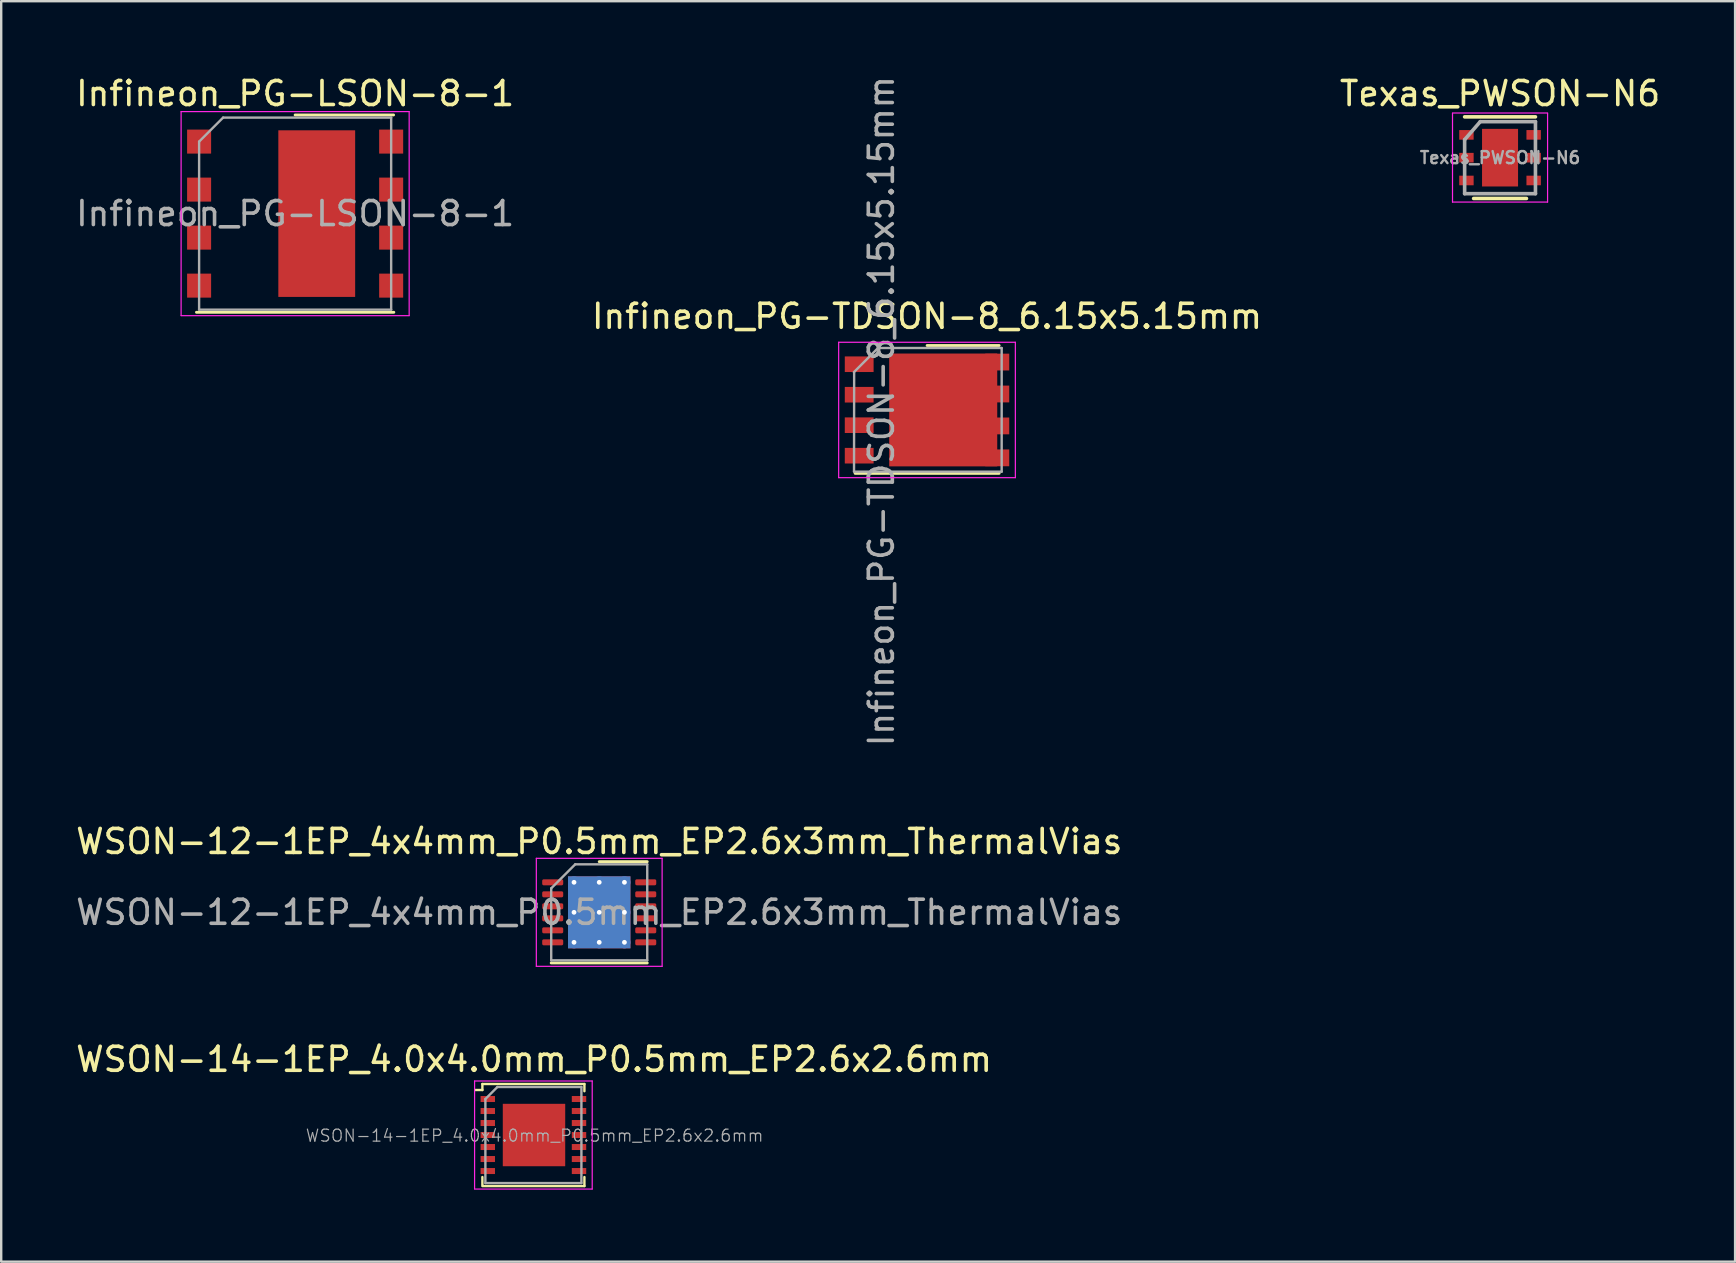
<source format=kicad_pcb>
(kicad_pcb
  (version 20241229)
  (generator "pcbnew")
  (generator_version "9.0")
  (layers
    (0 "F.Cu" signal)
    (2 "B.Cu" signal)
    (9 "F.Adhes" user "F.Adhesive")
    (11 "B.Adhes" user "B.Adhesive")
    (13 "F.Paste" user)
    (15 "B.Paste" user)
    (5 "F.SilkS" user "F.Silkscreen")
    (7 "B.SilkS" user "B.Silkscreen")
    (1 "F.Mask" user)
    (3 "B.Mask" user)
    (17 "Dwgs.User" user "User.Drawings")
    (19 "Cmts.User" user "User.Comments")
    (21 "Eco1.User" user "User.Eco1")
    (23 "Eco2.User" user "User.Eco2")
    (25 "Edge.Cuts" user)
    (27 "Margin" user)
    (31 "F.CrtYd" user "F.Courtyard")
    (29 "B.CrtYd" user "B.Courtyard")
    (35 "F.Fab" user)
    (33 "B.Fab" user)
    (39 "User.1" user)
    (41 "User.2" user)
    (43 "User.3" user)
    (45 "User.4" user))
  (footprint "WSON-12-1EP_4x4mm_P0.5mm_EP2.6x3mm_ThermalVias"
    (layer "F.Cu")
    (at 21.911 34.953)
    (property "Reference" "WSON-12-1EP_4x4mm_P0.5mm_EP2.6x3mm_ThermalVias" (at 0 -2.95 0) (layer "F.SilkS") (effects (font (size 1 1) (thickness 0.15))))
    (attr smd)
    (fp_line (start -2 2.11) (end 2 2.11) (stroke (width 0.12) (type solid)) (layer "F.SilkS"))
    (fp_line (start 0 -2.11) (end 2 -2.11) (stroke (width 0.12) (type solid)) (layer "F.SilkS"))
    (fp_line (start -2.62 -2.25) (end -2.62 2.25) (stroke (width 0.05) (type solid)) (layer "F.CrtYd"))
    (fp_line (start -2.62 2.25) (end 2.62 2.25) (stroke (width 0.05) (type solid)) (layer "F.CrtYd"))
    (fp_line (start 2.62 -2.25) (end -2.62 -2.25) (stroke (width 0.05) (type solid)) (layer "F.CrtYd"))
    (fp_line (start 2.62 2.25) (end 2.62 -2.25) (stroke (width 0.05) (type solid)) (layer "F.CrtYd"))
    (fp_line (start -2 -1) (end -1 -2) (stroke (width 0.1) (type solid)) (layer "F.Fab"))
    (fp_line (start -2 2) (end -2 -1) (stroke (width 0.1) (type solid)) (layer "F.Fab"))
    (fp_line (start -1 -2) (end 2 -2) (stroke (width 0.1) (type solid)) (layer "F.Fab"))
    (fp_line (start 2 -2) (end 2 2) (stroke (width 0.1) (type solid)) (layer "F.Fab"))
    (fp_line (start 2 2) (end -2 2) (stroke (width 0.1) (type solid)) (layer "F.Fab"))
    (fp_text user "${REFERENCE}" (at 0 0 0) (layer "F.Fab") (effects (font (size 1 1) (thickness 0.15))))
    (pad "" smd roundrect (at -0.65 -0.75) (size 1.13 1.3) (layers "F.Paste") (roundrect_rratio 0.221))
    (pad "" smd roundrect (at -0.65 0.75) (size 1.13 1.3) (layers "F.Paste") (roundrect_rratio 0.221))
    (pad "" smd roundrect (at 0.65 -0.75) (size 1.13 1.3) (layers "F.Paste") (roundrect_rratio 0.221))
    (pad "" smd roundrect (at 0.65 0.75) (size 1.13 1.3) (layers "F.Paste") (roundrect_rratio 0.221))
    (pad "1" smd roundrect (at -1.938 -1.25) (size 0.875 0.25) (layers "F.Cu" "F.Mask" "F.Paste") (roundrect_rratio 0.25))
    (pad "2" smd roundrect (at -1.938 -0.75) (size 0.875 0.25) (layers "F.Cu" "F.Mask" "F.Paste") (roundrect_rratio 0.25))
    (pad "3" smd roundrect (at -1.938 -0.25) (size 0.875 0.25) (layers "F.Cu" "F.Mask" "F.Paste") (roundrect_rratio 0.25))
    (pad "4" smd roundrect (at -1.938 0.25) (size 0.875 0.25) (layers "F.Cu" "F.Mask" "F.Paste") (roundrect_rratio 0.25))
    (pad "5" smd roundrect (at -1.938 0.75) (size 0.875 0.25) (layers "F.Cu" "F.Mask" "F.Paste") (roundrect_rratio 0.25))
    (pad "6" smd roundrect (at -1.938 1.25) (size 0.875 0.25) (layers "F.Cu" "F.Mask" "F.Paste") (roundrect_rratio 0.25))
    (pad "7" smd roundrect (at 1.938 1.25) (size 0.875 0.25) (layers "F.Cu" "F.Mask" "F.Paste") (roundrect_rratio 0.25))
    (pad "8" smd roundrect (at 1.938 0.75) (size 0.875 0.25) (layers "F.Cu" "F.Mask" "F.Paste") (roundrect_rratio 0.25))
    (pad "9" smd roundrect (at 1.938 0.25) (size 0.875 0.25) (layers "F.Cu" "F.Mask" "F.Paste") (roundrect_rratio 0.25))
    (pad "10" smd roundrect (at 1.938 -0.25) (size 0.875 0.25) (layers "F.Cu" "F.Mask" "F.Paste") (roundrect_rratio 0.25))
    (pad "11" smd roundrect (at 1.938 -0.75) (size 0.875 0.25) (layers "F.Cu" "F.Mask" "F.Paste") (roundrect_rratio 0.25))
    (pad "12" smd roundrect (at 1.938 -1.25) (size 0.875 0.25) (layers "F.Cu" "F.Mask" "F.Paste") (roundrect_rratio 0.25))
    (pad "13" thru_hole circle (at -1.05 -1.25) (size 0.5 0.5) (drill 0.2) (layers "*.Cu"))
    (pad "13" thru_hole circle (at -1.05 0) (size 0.5 0.5) (drill 0.2) (layers "*.Cu"))
    (pad "13" thru_hole circle (at -1.05 1.25) (size 0.5 0.5) (drill 0.2) (layers "*.Cu"))
    (pad "13" thru_hole circle (at 0 -1.25) (size 0.5 0.5) (drill 0.2) (layers "*.Cu"))
    (pad "13" thru_hole circle (at 0 0) (size 0.5 0.5) (drill 0.2) (layers "*.Cu"))
    (pad "13" smd rect (at 0 0) (size 2.6 3) (layers "F.Cu" "F.Mask"))
    (pad "13" smd rect (at 0 0) (size 2.6 3) (layers "B.Cu"))
    (pad "13" thru_hole circle (at 0 1.25) (size 0.5 0.5) (drill 0.2) (layers "*.Cu"))
    (pad "13" thru_hole circle (at 1.05 -1.25) (size 0.5 0.5) (drill 0.2) (layers "*.Cu"))
    (pad "13" thru_hole circle (at 1.05 0) (size 0.5 0.5) (drill 0.2) (layers "*.Cu"))
    (pad "13" thru_hole circle (at 1.05 1.25) (size 0.5 0.5) (drill 0.2) (layers "*.Cu")))
  (footprint "Infineon_PG-LSON-8-1"
    (layer "F.Cu")
    (at 9.244 5.848)
    (property "Reference" "Infineon_PG-LSON-8-1" (at 0 -5 0) (layer "F.SilkS") (effects (font (size 1 1) (thickness 0.15))))
    (attr smd)
    (fp_line (start -4.11 4.11) (end 4.11 4.11) (stroke (width 0.12) (type solid)) (layer "F.SilkS"))
    (fp_line (start 0 -4.11) (end 4.1 -4.11) (stroke (width 0.12) (type solid)) (layer "F.SilkS"))
    (fp_line (start -4.75 -4.25) (end -4.75 4.25) (stroke (width 0.05) (type solid)) (layer "F.CrtYd"))
    (fp_line (start -4.75 -4.25) (end 4.75 -4.25) (stroke (width 0.05) (type solid)) (layer "F.CrtYd"))
    (fp_line (start -4.75 4.25) (end 4.75 4.25) (stroke (width 0.05) (type solid)) (layer "F.CrtYd"))
    (fp_line (start 4.75 -4.25) (end 4.75 4.25) (stroke (width 0.05) (type solid)) (layer "F.CrtYd"))
    (fp_line (start -4 -3) (end -4 4) (stroke (width 0.1) (type solid)) (layer "F.Fab"))
    (fp_line (start -4 4) (end 4 4) (stroke (width 0.1) (type solid)) (layer "F.Fab"))
    (fp_line (start -3 -4) (end -4 -3) (stroke (width 0.1) (type solid)) (layer "F.Fab"))
    (fp_line (start -3 -4) (end 4 -4) (stroke (width 0.1) (type solid)) (layer "F.Fab"))
    (fp_line (start 4 -4) (end 4 4) (stroke (width 0.1) (type solid)) (layer "F.Fab"))
    (fp_text user "${REFERENCE}" (at 0 0 0) (layer "F.Fab") (effects (font (size 1 1) (thickness 0.15))))
    (pad "" smd rect (at 0.15 -2.55) (size 1.2 1.4) (layers "F.Paste"))
    (pad "" smd rect (at 0.15 -0.85) (size 1.2 1.4) (layers "F.Paste"))
    (pad "" smd rect (at 0.15 0.85) (size 1.2 1.4) (layers "F.Paste"))
    (pad "" smd rect (at 0.15 2.55) (size 1.2 1.4) (layers "F.Paste"))
    (pad "" smd rect (at 1.65 -2.55) (size 1.2 1.4) (layers "F.Paste"))
    (pad "" smd rect (at 1.65 -0.85) (size 1.2 1.4) (layers "F.Paste"))
    (pad "" smd rect (at 1.65 0.85) (size 1.2 1.4) (layers "F.Paste"))
    (pad "" smd rect (at 1.65 2.55) (size 1.2 1.4) (layers "F.Paste"))
    (pad "1" smd rect (at -4 -3) (size 1 1) (layers "F.Cu" "F.Mask" "F.Paste"))
    (pad "2" smd rect (at -4 -1) (size 1 1) (layers "F.Cu" "F.Mask" "F.Paste"))
    (pad "3" smd rect (at -4 1) (size 1 1) (layers "F.Cu" "F.Mask" "F.Paste"))
    (pad "4" smd rect (at -4 3) (size 1 1) (layers "F.Cu" "F.Mask" "F.Paste"))
    (pad "5" smd rect (at 4 3) (size 1 1) (layers "F.Cu" "F.Mask" "F.Paste"))
    (pad "6" smd rect (at 4 1) (size 1 1) (layers "F.Cu" "F.Mask" "F.Paste"))
    (pad "7" smd rect (at 4 -1) (size 1 1) (layers "F.Cu" "F.Mask" "F.Paste"))
    (pad "8" smd rect (at 4 -3) (size 1 1) (layers "F.Cu" "F.Mask" "F.Paste"))
    (pad "9" smd rect (at 0.9 0) (size 3.2 6.94) (layers "F.Cu" "F.Mask")))
  (footprint "Texas_PWSON-N6"
    (layer "F.Cu")
    (at 59.435 3.518)
    (property "Reference" "Texas_PWSON-N6" (at 0 -2.67 0) (layer "F.SilkS") (effects (font (size 1 1) (thickness 0.15))))
    (attr smd)
    (fp_line (start 1.1 1.7) (end -1.1 1.7) (stroke (width 0.15) (type solid)) (layer "F.SilkS"))
    (fp_line (start 1.475 -1.7) (end -1.475 -1.7) (stroke (width 0.15) (type solid)) (layer "F.SilkS"))
    (fp_line (start -1.98 -1.86) (end 1.98 -1.86) (stroke (width 0.05) (type solid)) (layer "F.CrtYd"))
    (fp_line (start -1.98 1.85) (end -1.98 -1.85) (stroke (width 0.05) (type solid)) (layer "F.CrtYd"))
    (fp_line (start -1.98 1.85) (end 1.98 1.85) (stroke (width 0.05) (type solid)) (layer "F.CrtYd"))
    (fp_line (start 1.98 1.85) (end 1.98 -1.85) (stroke (width 0.05) (type solid)) (layer "F.CrtYd"))
    (fp_line (start -1.475 -0.75) (end -0.825 -1.5) (stroke (width 0.15) (type solid)) (layer "F.Fab"))
    (fp_line (start -1.475 1.5) (end -1.475 -0.75) (stroke (width 0.15) (type solid)) (layer "F.Fab"))
    (fp_line (start 1.475 -1.5) (end -0.825 -1.5) (stroke (width 0.15) (type solid)) (layer "F.Fab"))
    (fp_line (start 1.475 -1.5) (end 1.475 1.5) (stroke (width 0.15) (type solid)) (layer "F.Fab"))
    (fp_line (start 1.475 1.5) (end -1.475 1.5) (stroke (width 0.15) (type solid)) (layer "F.Fab"))
    (fp_text user "${REFERENCE}" (at 0 0 0) (layer "F.Fab") (effects (font (size 0.5 0.5) (thickness 0.1))))
    (pad "1" smd rect (at -1.4 -0.95) (size 0.6 0.4) (layers "F.Cu" "F.Mask" "F.Paste"))
    (pad "2" smd rect (at -1.4 0) (size 0.6 0.4) (layers "F.Cu" "F.Mask" "F.Paste"))
    (pad "3" smd rect (at -1.4 0.95) (size 0.6 0.4) (layers "F.Cu" "F.Mask" "F.Paste"))
    (pad "4" smd rect (at 1.4 0.95) (size 0.6 0.4) (layers "F.Cu" "F.Mask" "F.Paste"))
    (pad "5" smd rect (at 1.4 0) (size 0.6 0.4) (layers "F.Cu" "F.Mask" "F.Paste"))
    (pad "6" smd rect (at 1.4 -0.95) (size 0.6 0.4) (layers "F.Cu" "F.Mask" "F.Paste"))
    (pad "7" smd rect (at 0 0) (size 1.5 2.4) (layers "F.Cu" "F.Mask" "F.Paste")))
  (footprint "WSON-14-1EP_4.0x4.0mm_P0.5mm_EP2.6x2.6mm"
    (layer "F.Cu")
    (at 19.169 44.23)
    (property "Reference" "WSON-14-1EP_4.0x4.0mm_P0.5mm_EP2.6x2.6mm" (at 0.027 -3.153 0) (layer "F.SilkS") (effects (font (size 1 1) (thickness 0.15))))
    (attr smd)
    (fp_line (start -2.425 -1.875) (end -2.125 -1.875) (stroke (width 0.1) (type solid)) (layer "F.SilkS"))
    (fp_line (start -2.125 -2.125) (end -2.125 -1.875) (stroke (width 0.1) (type solid)) (layer "F.SilkS"))
    (fp_line (start -2.125 2.125) (end -2.125 1.75) (stroke (width 0.1) (type solid)) (layer "F.SilkS"))
    (fp_line (start 2.125 -2.125) (end -2.125 -2.125) (stroke (width 0.1) (type solid)) (layer "F.SilkS"))
    (fp_line (start 2.125 -2.125) (end 2.125 -1.825) (stroke (width 0.1) (type solid)) (layer "F.SilkS"))
    (fp_line (start 2.125 1.75) (end 2.125 2.125) (stroke (width 0.1) (type solid)) (layer "F.SilkS"))
    (fp_line (start 2.125 2.125) (end -2.1 2.125) (stroke (width 0.1) (type solid)) (layer "F.SilkS"))
    (fp_line (start -2.45 -2.25) (end 2.45 -2.25) (stroke (width 0.05) (type solid)) (layer "F.CrtYd"))
    (fp_line (start -2.45 2.25) (end -2.45 -2.25) (stroke (width 0.05) (type solid)) (layer "F.CrtYd"))
    (fp_line (start 2.45 -2.25) (end 2.45 2.25) (stroke (width 0.05) (type solid)) (layer "F.CrtYd"))
    (fp_line (start 2.45 2.25) (end -2.44 2.25) (stroke (width 0.05) (type solid)) (layer "F.CrtYd"))
    (fp_line (start -2 -1.5) (end -2 2) (stroke (width 0.1) (type solid)) (layer "F.Fab"))
    (fp_line (start -2 -1.5) (end -1.5 -2) (stroke (width 0.1) (type solid)) (layer "F.Fab"))
    (fp_line (start -2 2) (end 2 2) (stroke (width 0.1) (type solid)) (layer "F.Fab"))
    (fp_line (start 2 -2) (end -1.5 -2) (stroke (width 0.1) (type solid)) (layer "F.Fab"))
    (fp_line (start 2 2) (end 2 -2) (stroke (width 0.1) (type solid)) (layer "F.Fab"))
    (fp_text user "${REFERENCE}" (at 0.05 0.025 0) (layer "F.Fab") (effects (font (size 0.5 0.5) (thickness 0.05))))
    (pad "" smd rect (at -0.65 -0.65 270) (size 1.05 1.05) (layers "F.Paste"))
    (pad "" smd rect (at -0.65 0.65 270) (size 1.05 1.05) (layers "F.Paste"))
    (pad "" smd rect (at 0.65 -0.65 270) (size 1.05 1.05) (layers "F.Paste"))
    (pad "" smd rect (at 0.65 0.65 270) (size 1.05 1.05) (layers "F.Paste"))
    (pad "1" smd rect (at -1.9 -1.5 270) (size 0.25 0.6) (layers "F.Cu" "F.Mask" "F.Paste"))
    (pad "2" smd rect (at -1.9 -1 270) (size 0.25 0.6) (layers "F.Cu" "F.Mask" "F.Paste"))
    (pad "3" smd rect (at -1.9 -0.5 270) (size 0.25 0.6) (layers "F.Cu" "F.Mask" "F.Paste"))
    (pad "4" smd rect (at -1.9 0 270) (size 0.25 0.6) (layers "F.Cu" "F.Mask" "F.Paste"))
    (pad "5" smd rect (at -1.9 0.5 270) (size 0.25 0.6) (layers "F.Cu" "F.Mask" "F.Paste"))
    (pad "6" smd rect (at -1.9 1 270) (size 0.25 0.6) (layers "F.Cu" "F.Mask" "F.Paste"))
    (pad "7" smd rect (at -1.9 1.5 270) (size 0.25 0.6) (layers "F.Cu" "F.Mask" "F.Paste"))
    (pad "8" smd rect (at 1.9 1.5 270) (size 0.25 0.6) (layers "F.Cu" "F.Mask" "F.Paste"))
    (pad "9" smd rect (at 1.9 1 270) (size 0.25 0.6) (layers "F.Cu" "F.Mask" "F.Paste"))
    (pad "10" smd rect (at 1.9 0.5 270) (size 0.25 0.6) (layers "F.Cu" "F.Mask" "F.Paste"))
    (pad "11" smd rect (at 1.9 0 270) (size 0.25 0.6) (layers "F.Cu" "F.Mask" "F.Paste"))
    (pad "12" smd rect (at 1.9 -0.5 270) (size 0.25 0.6) (layers "F.Cu" "F.Mask" "F.Paste"))
    (pad "13" smd rect (at 1.9 -1 270) (size 0.25 0.6) (layers "F.Cu" "F.Mask" "F.Paste"))
    (pad "14" smd rect (at 1.9 -1.5 270) (size 0.25 0.6) (layers "F.Cu" "F.Mask" "F.Paste"))
    (pad "15" smd rect (at 0.025 0 270) (size 2.6 2.6) (layers "F.Cu" "F.Mask")))
  (footprint "Infineon_PG-TDSON-8_6.15x5.15mm"
    (layer "F.Cu")
    (at 35.565 14.027)
    (property "Reference" "Infineon_PG-TDSON-8_6.15x5.15mm" (at 0 -3.9 0) (layer "F.SilkS") (effects (font (size 1 1) (thickness 0.15))))
    (attr smd)
    (fp_line (start 3.005 -2.685) (end 0.005 -2.685) (stroke (width 0.12) (type solid)) (layer "F.SilkS"))
    (fp_line (start 3.005 2.64) (end -2.995 2.64) (stroke (width 0.12) (type solid)) (layer "F.SilkS"))
    (fp_line (start -3.68 -2.82) (end 3.68 -2.82) (stroke (width 0.05) (type solid)) (layer "F.CrtYd"))
    (fp_line (start -3.68 2.82) (end -3.68 -2.82) (stroke (width 0.05) (type solid)) (layer "F.CrtYd"))
    (fp_line (start 3.68 -2.82) (end 3.68 2.82) (stroke (width 0.05) (type solid)) (layer "F.CrtYd"))
    (fp_line (start 3.68 2.82) (end -3.68 2.82) (stroke (width 0.05) (type solid)) (layer "F.CrtYd"))
    (fp_line (start -3.035 -1.57) (end -3.04 2.56) (stroke (width 0.1) (type solid)) (layer "F.Fab"))
    (fp_line (start -2.045 -2.575) (end -3.045 -1.575) (stroke (width 0.1) (type solid)) (layer "F.Fab"))
    (fp_line (start -2.04 -2.58) (end 3.11 -2.58) (stroke (width 0.1) (type solid)) (layer "F.Fab"))
    (fp_line (start 3.11 -2.58) (end 3.11 2.57) (stroke (width 0.1) (type solid)) (layer "F.Fab"))
    (fp_line (start 3.11 2.57) (end -3.04 2.57) (stroke (width 0.1) (type solid)) (layer "F.Fab"))
    (fp_text user "${REFERENCE}" (at -1.9 0.05 90) (layer "F.Fab") (effects (font (size 1 1) (thickness 0.15))))
    (pad "" smd rect (at -0.8 -1.725) (size 0.9 0.9) (layers "F.Paste"))
    (pad "" smd rect (at -0.8 -0.575) (size 0.9 0.9) (layers "F.Paste"))
    (pad "" smd rect (at -0.8 0.575) (size 0.9 0.9) (layers "F.Paste"))
    (pad "" smd rect (at -0.8 1.725) (size 0.9 0.9) (layers "F.Paste"))
    (pad "" smd rect (at 0.425 -1.725) (size 0.9 0.9) (layers "F.Paste"))
    (pad "" smd rect (at 0.425 -0.575) (size 0.9 0.9) (layers "F.Paste"))
    (pad "" smd rect (at 0.425 0.575) (size 0.9 0.9) (layers "F.Paste"))
    (pad "" smd rect (at 0.425 1.725) (size 0.9 0.9) (layers "F.Paste"))
    (pad "" smd rect (at 1.625 -1.725) (size 0.9 0.9) (layers "F.Paste"))
    (pad "" smd rect (at 1.625 -0.575) (size 0.9 0.9) (layers "F.Paste"))
    (pad "" smd rect (at 1.625 0.575) (size 0.9 0.9) (layers "F.Paste"))
    (pad "" smd rect (at 1.625 1.725) (size 0.9 0.9) (layers "F.Paste"))
    (pad "1" smd rect (at -2.825 -1.905) (size 1.2 0.65) (layers "F.Cu" "F.Mask" "F.Paste"))
    (pad "2" smd rect (at -2.825 -0.635) (size 1.2 0.65) (layers "F.Cu" "F.Mask" "F.Paste"))
    (pad "3" smd rect (at -2.825 0.635) (size 1.2 0.65) (layers "F.Cu" "F.Mask" "F.Paste"))
    (pad "4" smd rect (at -2.825 1.905) (size 1.2 0.65) (layers "F.Cu" "F.Mask" "F.Paste"))
    (pad "5" smd rect (at 0.675 0) (size 4.5 4.7) (layers "F.Cu" "F.Mask"))
    (pad "5" smd rect (at 2.925 -1.995) (size 1 0.7) (layers "F.Cu" "F.Mask" "F.Paste"))
    (pad "5" smd rect (at 2.925 -0.665) (size 1 0.7) (layers "F.Cu" "F.Mask" "F.Paste"))
    (pad "5" smd rect (at 2.925 0.665) (size 1 0.7) (layers "F.Cu" "F.Mask" "F.Paste"))
    (pad "5" smd rect (at 2.925 1.995) (size 1 0.7) (layers "F.Cu" "F.Mask" "F.Paste")))
  (gr_rect
    (start -3 -3)
    (end 69.226 49.505)
    (stroke (width 0.1) (type default))
    (fill no)
    (layer "Edge.Cuts")))
</source>
